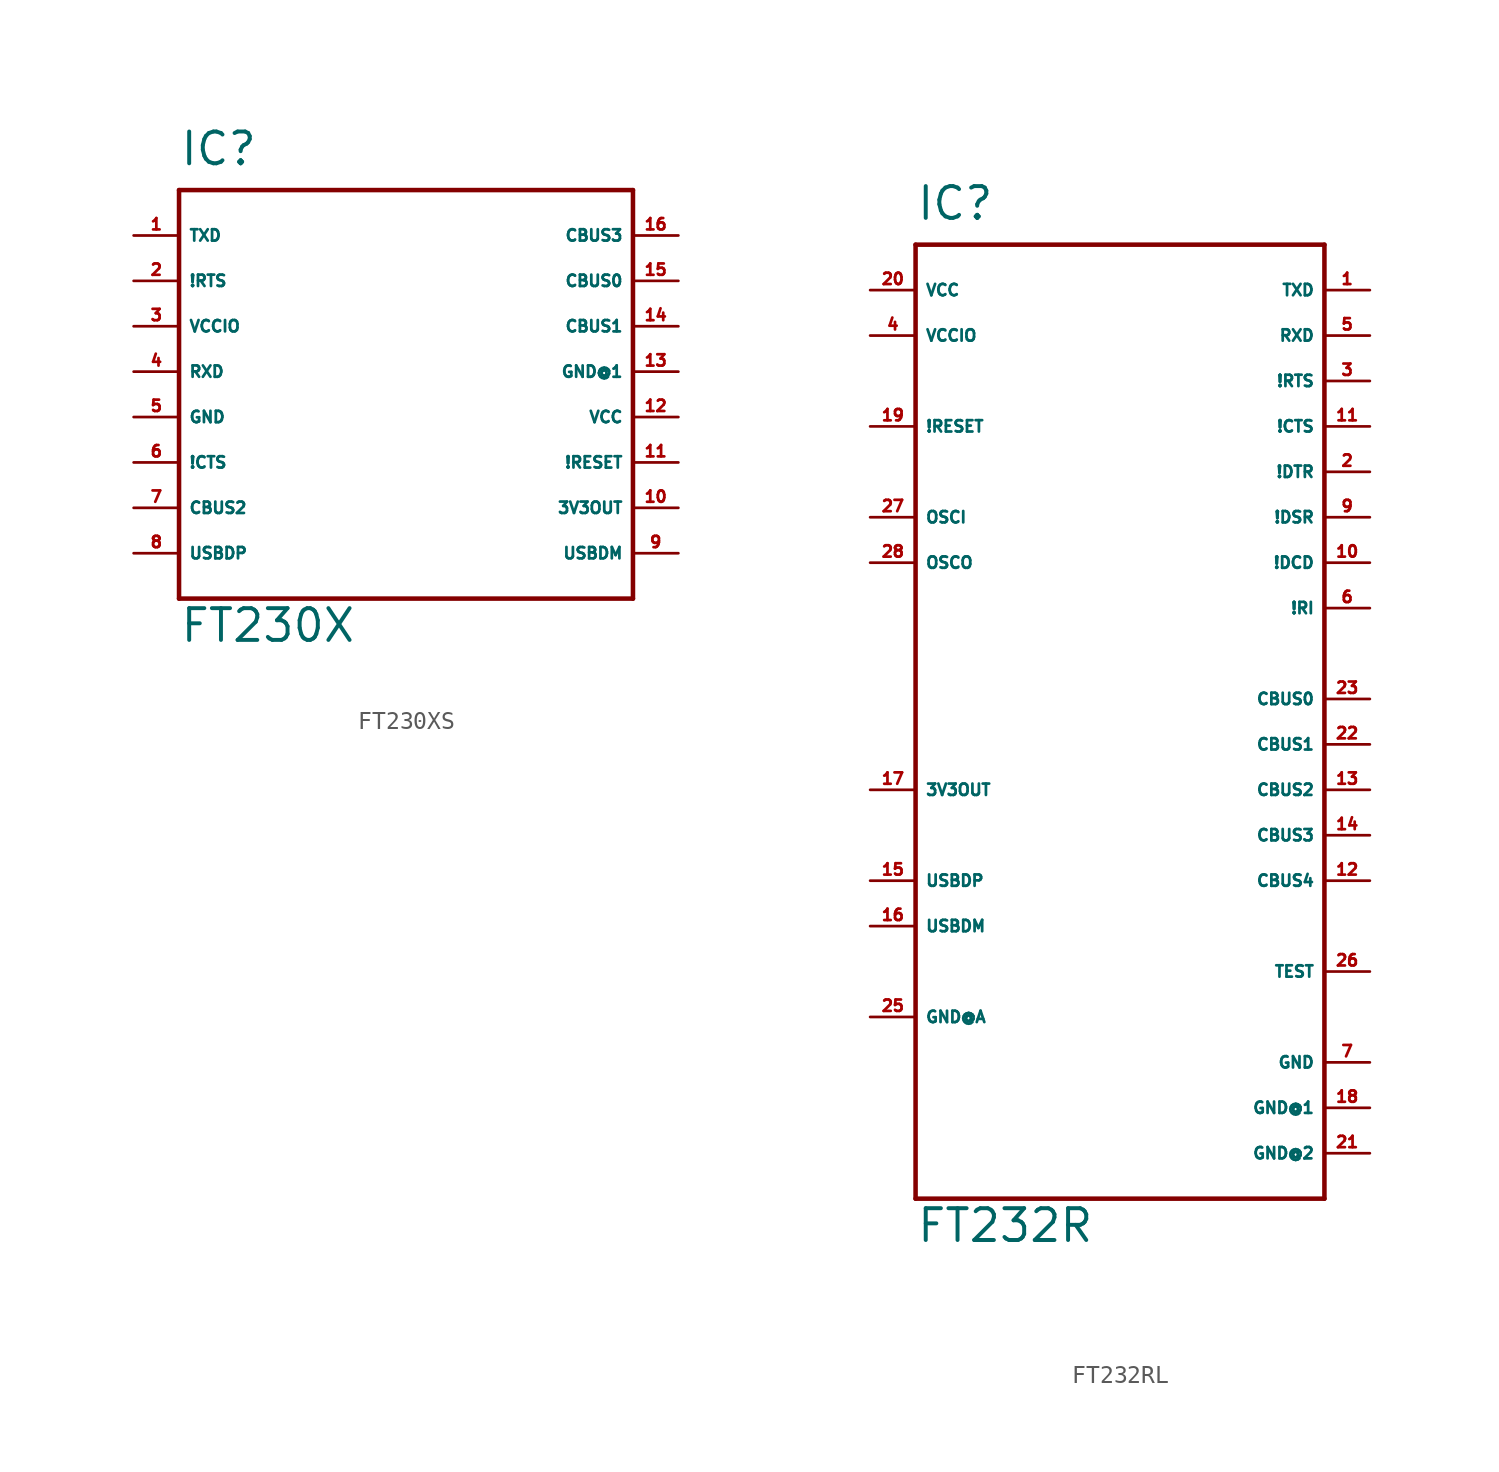
<source format=kicad_sym>
(kicad_symbol_lib
  (version 20220914)
  (generator Eagle2Kicad)
  (symbol "FT230XS"
    (property "Reference" "IC"
      (at -12.7 11.43 0)
      (effects (font (size 1.778 1.778) (thickness 0.22)) (justify left bottom)))
    (property "Value" "FT230X"
      (at -12.7 -15.24 0)
      (effects (font (size 1.778 1.778) (thickness 0.22)) (justify left bottom)))
    (polyline
      (pts (xy -12.7 -12.7) (xy 12.7 -12.7))
      (stroke (width 0.254) (type default))
      (fill (type none)))
    (polyline
      (pts (xy 12.7 -12.7) (xy 12.7 10.16))
      (stroke (width 0.254) (type default))
      (fill (type none)))
    (polyline
      (pts (xy 12.7 10.16) (xy -12.7 10.16))
      (stroke (width 0.254) (type default))
      (fill (type none)))
    (polyline
      (pts (xy -12.7 10.16) (xy -12.7 -12.7))
      (stroke (width 0.254) (type default))
      (fill (type none)))
    (pin output line
      (at -15.24 7.62 0)
      (length 2.54)
      (name "TXD" (effects (font (size 0.635 0.635) (thickness 0.08)) (justify left bottom)))
      (number "1" (effects (font (size 0.635 0.635) (thickness 0.08)) (justify left bottom))))
    (pin output line
      (at -15.24 5.08 0)
      (length 2.54)
      (name "!RTS" (effects (font (size 0.635 0.635) (thickness 0.08)) (justify left bottom)))
      (number "2" (effects (font (size 0.635 0.635) (thickness 0.08)) (justify left bottom))))
    (pin unspecified line
      (at -15.24 2.54 0)
      (length 2.54)
      (name "VCCIO" (effects (font (size 0.635 0.635) (thickness 0.08)) (justify left bottom)))
      (number "3" (effects (font (size 0.635 0.635) (thickness 0.08)) (justify left bottom))))
    (pin input line
      (at -15.24 0 0)
      (length 2.54)
      (name "RXD" (effects (font (size 0.635 0.635) (thickness 0.08)) (justify left bottom)))
      (number "4" (effects (font (size 0.635 0.635) (thickness 0.08)) (justify left bottom))))
    (pin unspecified line
      (at -15.24 -2.54 0)
      (length 2.54)
      (name "GND" (effects (font (size 0.635 0.635) (thickness 0.08)) (justify left bottom)))
      (number "5" (effects (font (size 0.635 0.635) (thickness 0.08)) (justify left bottom))))
    (pin input line
      (at -15.24 -5.08 0)
      (length 2.54)
      (name "!CTS" (effects (font (size 0.635 0.635) (thickness 0.08)) (justify left bottom)))
      (number "6" (effects (font (size 0.635 0.635) (thickness 0.08)) (justify left bottom))))
    (pin bidirectional line
      (at -15.24 -7.62 0)
      (length 2.54)
      (name "CBUS2" (effects (font (size 0.635 0.635) (thickness 0.08)) (justify left bottom)))
      (number "7" (effects (font (size 0.635 0.635) (thickness 0.08)) (justify left bottom))))
    (pin input line
      (at -15.24 -10.16 0)
      (length 2.54)
      (name "USBDP" (effects (font (size 0.635 0.635) (thickness 0.08)) (justify left bottom)))
      (number "8" (effects (font (size 0.635 0.635) (thickness 0.08)) (justify left bottom))))
    (pin input line
      (at 15.24 -10.16 180)
      (length 2.54)
      (name "USBDM" (effects (font (size 0.635 0.635) (thickness 0.08)) (justify left bottom)))
      (number "9" (effects (font (size 0.635 0.635) (thickness 0.08)) (justify left bottom))))
    (pin output line
      (at 15.24 -7.62 180)
      (length 2.54)
      (name "3V3OUT" (effects (font (size 0.635 0.635) (thickness 0.08)) (justify left bottom)))
      (number "10" (effects (font (size 0.635 0.635) (thickness 0.08)) (justify left bottom))))
    (pin input line
      (at 15.24 -5.08 180)
      (length 2.54)
      (name "!RESET" (effects (font (size 0.635 0.635) (thickness 0.08)) (justify left bottom)))
      (number "11" (effects (font (size 0.635 0.635) (thickness 0.08)) (justify left bottom))))
    (pin unspecified line
      (at 15.24 -2.54 180)
      (length 2.54)
      (name "VCC" (effects (font (size 0.635 0.635) (thickness 0.08)) (justify left bottom)))
      (number "12" (effects (font (size 0.635 0.635) (thickness 0.08)) (justify left bottom))))
    (pin unspecified line
      (at 15.24 0 180)
      (length 2.54)
      (name "GND@1" (effects (font (size 0.635 0.635) (thickness 0.08)) (justify left bottom)))
      (number "13" (effects (font (size 0.635 0.635) (thickness 0.08)) (justify left bottom))))
    (pin bidirectional line
      (at 15.24 2.54 180)
      (length 2.54)
      (name "CBUS1" (effects (font (size 0.635 0.635) (thickness 0.08)) (justify left bottom)))
      (number "14" (effects (font (size 0.635 0.635) (thickness 0.08)) (justify left bottom))))
    (pin bidirectional line
      (at 15.24 5.08 180)
      (length 2.54)
      (name "CBUS0" (effects (font (size 0.635 0.635) (thickness 0.08)) (justify left bottom)))
      (number "15" (effects (font (size 0.635 0.635) (thickness 0.08)) (justify left bottom))))
    (pin bidirectional line
      (at 15.24 7.62 180)
      (length 2.54)
      (name "CBUS3" (effects (font (size 0.635 0.635) (thickness 0.08)) (justify left bottom)))
      (number "16" (effects (font (size 0.635 0.635) (thickness 0.08)) (justify left bottom)))))
  (symbol "FT232RL"
    (property "Reference" "IC"
      (at -10.16 26.67 0)
      (effects (font (size 1.778 1.778) (thickness 0.22)) (justify left bottom)))
    (property "Value" "FT232R"
      (at -10.16 -30.48 0)
      (effects (font (size 1.778 1.778) (thickness 0.22)) (justify left bottom)))
    (polyline
      (pts (xy -10.16 25.4) (xy 12.7 25.4))
      (stroke (width 0.254) (type default))
      (fill (type none)))
    (polyline
      (pts (xy 12.7 25.4) (xy 12.7 -27.94))
      (stroke (width 0.254) (type default))
      (fill (type none)))
    (polyline
      (pts (xy 12.7 -27.94) (xy -10.16 -27.94))
      (stroke (width 0.254) (type default))
      (fill (type none)))
    (polyline
      (pts (xy -10.16 -27.94) (xy -10.16 25.4))
      (stroke (width 0.254) (type default))
      (fill (type none)))
    (pin unspecified line
      (at -12.7 22.86 0)
      (length 2.54)
      (name "VCC" (effects (font (size 0.635 0.635) (thickness 0.08)) (justify left bottom)))
      (number "20" (effects (font (size 0.635 0.635) (thickness 0.08)) (justify left bottom))))
    (pin output line
      (at -12.7 -5.08 0)
      (length 2.54)
      (name "3V3OUT" (effects (font (size 0.635 0.635) (thickness 0.08)) (justify left bottom)))
      (number "17" (effects (font (size 0.635 0.635) (thickness 0.08)) (justify left bottom))))
    (pin bidirectional line
      (at -12.7 -10.16 0)
      (length 2.54)
      (name "USBDP" (effects (font (size 0.635 0.635) (thickness 0.08)) (justify left bottom)))
      (number "15" (effects (font (size 0.635 0.635) (thickness 0.08)) (justify left bottom))))
    (pin bidirectional line
      (at -12.7 -12.7 0)
      (length 2.54)
      (name "USBDM" (effects (font (size 0.635 0.635) (thickness 0.08)) (justify left bottom)))
      (number "16" (effects (font (size 0.635 0.635) (thickness 0.08)) (justify left bottom))))
    (pin output line
      (at -12.7 7.62 0)
      (length 2.54)
      (name "OSCO" (effects (font (size 0.635 0.635) (thickness 0.08)) (justify left bottom)))
      (number "28" (effects (font (size 0.635 0.635) (thickness 0.08)) (justify left bottom))))
    (pin input line
      (at -12.7 10.16 0)
      (length 2.54)
      (name "OSCI" (effects (font (size 0.635 0.635) (thickness 0.08)) (justify left bottom)))
      (number "27" (effects (font (size 0.635 0.635) (thickness 0.08)) (justify left bottom))))
    (pin unspecified line
      (at 15.24 -20.32 180)
      (length 2.54)
      (name "GND" (effects (font (size 0.635 0.635) (thickness 0.08)) (justify left bottom)))
      (number "7" (effects (font (size 0.635 0.635) (thickness 0.08)) (justify left bottom))))
    (pin output line
      (at 15.24 22.86 180)
      (length 2.54)
      (name "TXD" (effects (font (size 0.635 0.635) (thickness 0.08)) (justify left bottom)))
      (number "1" (effects (font (size 0.635 0.635) (thickness 0.08)) (justify left bottom))))
    (pin input line
      (at 15.24 20.32 180)
      (length 2.54)
      (name "RXD" (effects (font (size 0.635 0.635) (thickness 0.08)) (justify left bottom)))
      (number "5" (effects (font (size 0.635 0.635) (thickness 0.08)) (justify left bottom))))
    (pin output line
      (at 15.24 17.78 180)
      (length 2.54)
      (name "!RTS" (effects (font (size 0.635 0.635) (thickness 0.08)) (justify left bottom)))
      (number "3" (effects (font (size 0.635 0.635) (thickness 0.08)) (justify left bottom))))
    (pin input line
      (at 15.24 15.24 180)
      (length 2.54)
      (name "!CTS" (effects (font (size 0.635 0.635) (thickness 0.08)) (justify left bottom)))
      (number "11" (effects (font (size 0.635 0.635) (thickness 0.08)) (justify left bottom))))
    (pin output line
      (at 15.24 12.7 180)
      (length 2.54)
      (name "!DTR" (effects (font (size 0.635 0.635) (thickness 0.08)) (justify left bottom)))
      (number "2" (effects (font (size 0.635 0.635) (thickness 0.08)) (justify left bottom))))
    (pin input line
      (at 15.24 10.16 180)
      (length 2.54)
      (name "!DSR" (effects (font (size 0.635 0.635) (thickness 0.08)) (justify left bottom)))
      (number "9" (effects (font (size 0.635 0.635) (thickness 0.08)) (justify left bottom))))
    (pin input line
      (at 15.24 7.62 180)
      (length 2.54)
      (name "!DCD" (effects (font (size 0.635 0.635) (thickness 0.08)) (justify left bottom)))
      (number "10" (effects (font (size 0.635 0.635) (thickness 0.08)) (justify left bottom))))
    (pin input line
      (at 15.24 5.08 180)
      (length 2.54)
      (name "!RI" (effects (font (size 0.635 0.635) (thickness 0.08)) (justify left bottom)))
      (number "6" (effects (font (size 0.635 0.635) (thickness 0.08)) (justify left bottom))))
    (pin bidirectional line
      (at 15.24 0 180)
      (length 2.54)
      (name "CBUS0" (effects (font (size 0.635 0.635) (thickness 0.08)) (justify left bottom)))
      (number "23" (effects (font (size 0.635 0.635) (thickness 0.08)) (justify left bottom))))
    (pin bidirectional line
      (at 15.24 -2.54 180)
      (length 2.54)
      (name "CBUS1" (effects (font (size 0.635 0.635) (thickness 0.08)) (justify left bottom)))
      (number "22" (effects (font (size 0.635 0.635) (thickness 0.08)) (justify left bottom))))
    (pin bidirectional line
      (at 15.24 -5.08 180)
      (length 2.54)
      (name "CBUS2" (effects (font (size 0.635 0.635) (thickness 0.08)) (justify left bottom)))
      (number "13" (effects (font (size 0.635 0.635) (thickness 0.08)) (justify left bottom))))
    (pin bidirectional line
      (at 15.24 -7.62 180)
      (length 2.54)
      (name "CBUS3" (effects (font (size 0.635 0.635) (thickness 0.08)) (justify left bottom)))
      (number "14" (effects (font (size 0.635 0.635) (thickness 0.08)) (justify left bottom))))
    (pin bidirectional line
      (at 15.24 -10.16 180)
      (length 2.54)
      (name "CBUS4" (effects (font (size 0.635 0.635) (thickness 0.08)) (justify left bottom)))
      (number "12" (effects (font (size 0.635 0.635) (thickness 0.08)) (justify left bottom))))
    (pin unspecified line
      (at -12.7 20.32 0)
      (length 2.54)
      (name "VCCIO" (effects (font (size 0.635 0.635) (thickness 0.08)) (justify left bottom)))
      (number "4" (effects (font (size 0.635 0.635) (thickness 0.08)) (justify left bottom))))
    (pin input line
      (at -12.7 15.24 0)
      (length 2.54)
      (name "!RESET" (effects (font (size 0.635 0.635) (thickness 0.08)) (justify left bottom)))
      (number "19" (effects (font (size 0.635 0.635) (thickness 0.08)) (justify left bottom))))
    (pin unspecified line
      (at -12.7 -17.78 0)
      (length 2.54)
      (name "GND@A" (effects (font (size 0.635 0.635) (thickness 0.08)) (justify left bottom)))
      (number "25" (effects (font (size 0.635 0.635) (thickness 0.08)) (justify left bottom))))
    (pin unspecified line
      (at 15.24 -22.86 180)
      (length 2.54)
      (name "GND@1" (effects (font (size 0.635 0.635) (thickness 0.08)) (justify left bottom)))
      (number "18" (effects (font (size 0.635 0.635) (thickness 0.08)) (justify left bottom))))
    (pin input line
      (at 15.24 -15.24 180)
      (length 2.54)
      (name "TEST" (effects (font (size 0.635 0.635) (thickness 0.08)) (justify left bottom)))
      (number "26" (effects (font (size 0.635 0.635) (thickness 0.08)) (justify left bottom))))
    (pin unspecified line
      (at 15.24 -25.4 180)
      (length 2.54)
      (name "GND@2" (effects (font (size 0.635 0.635) (thickness 0.08)) (justify left bottom)))
      (number "21" (effects (font (size 0.635 0.635) (thickness 0.08)) (justify left bottom))))))
</source>
